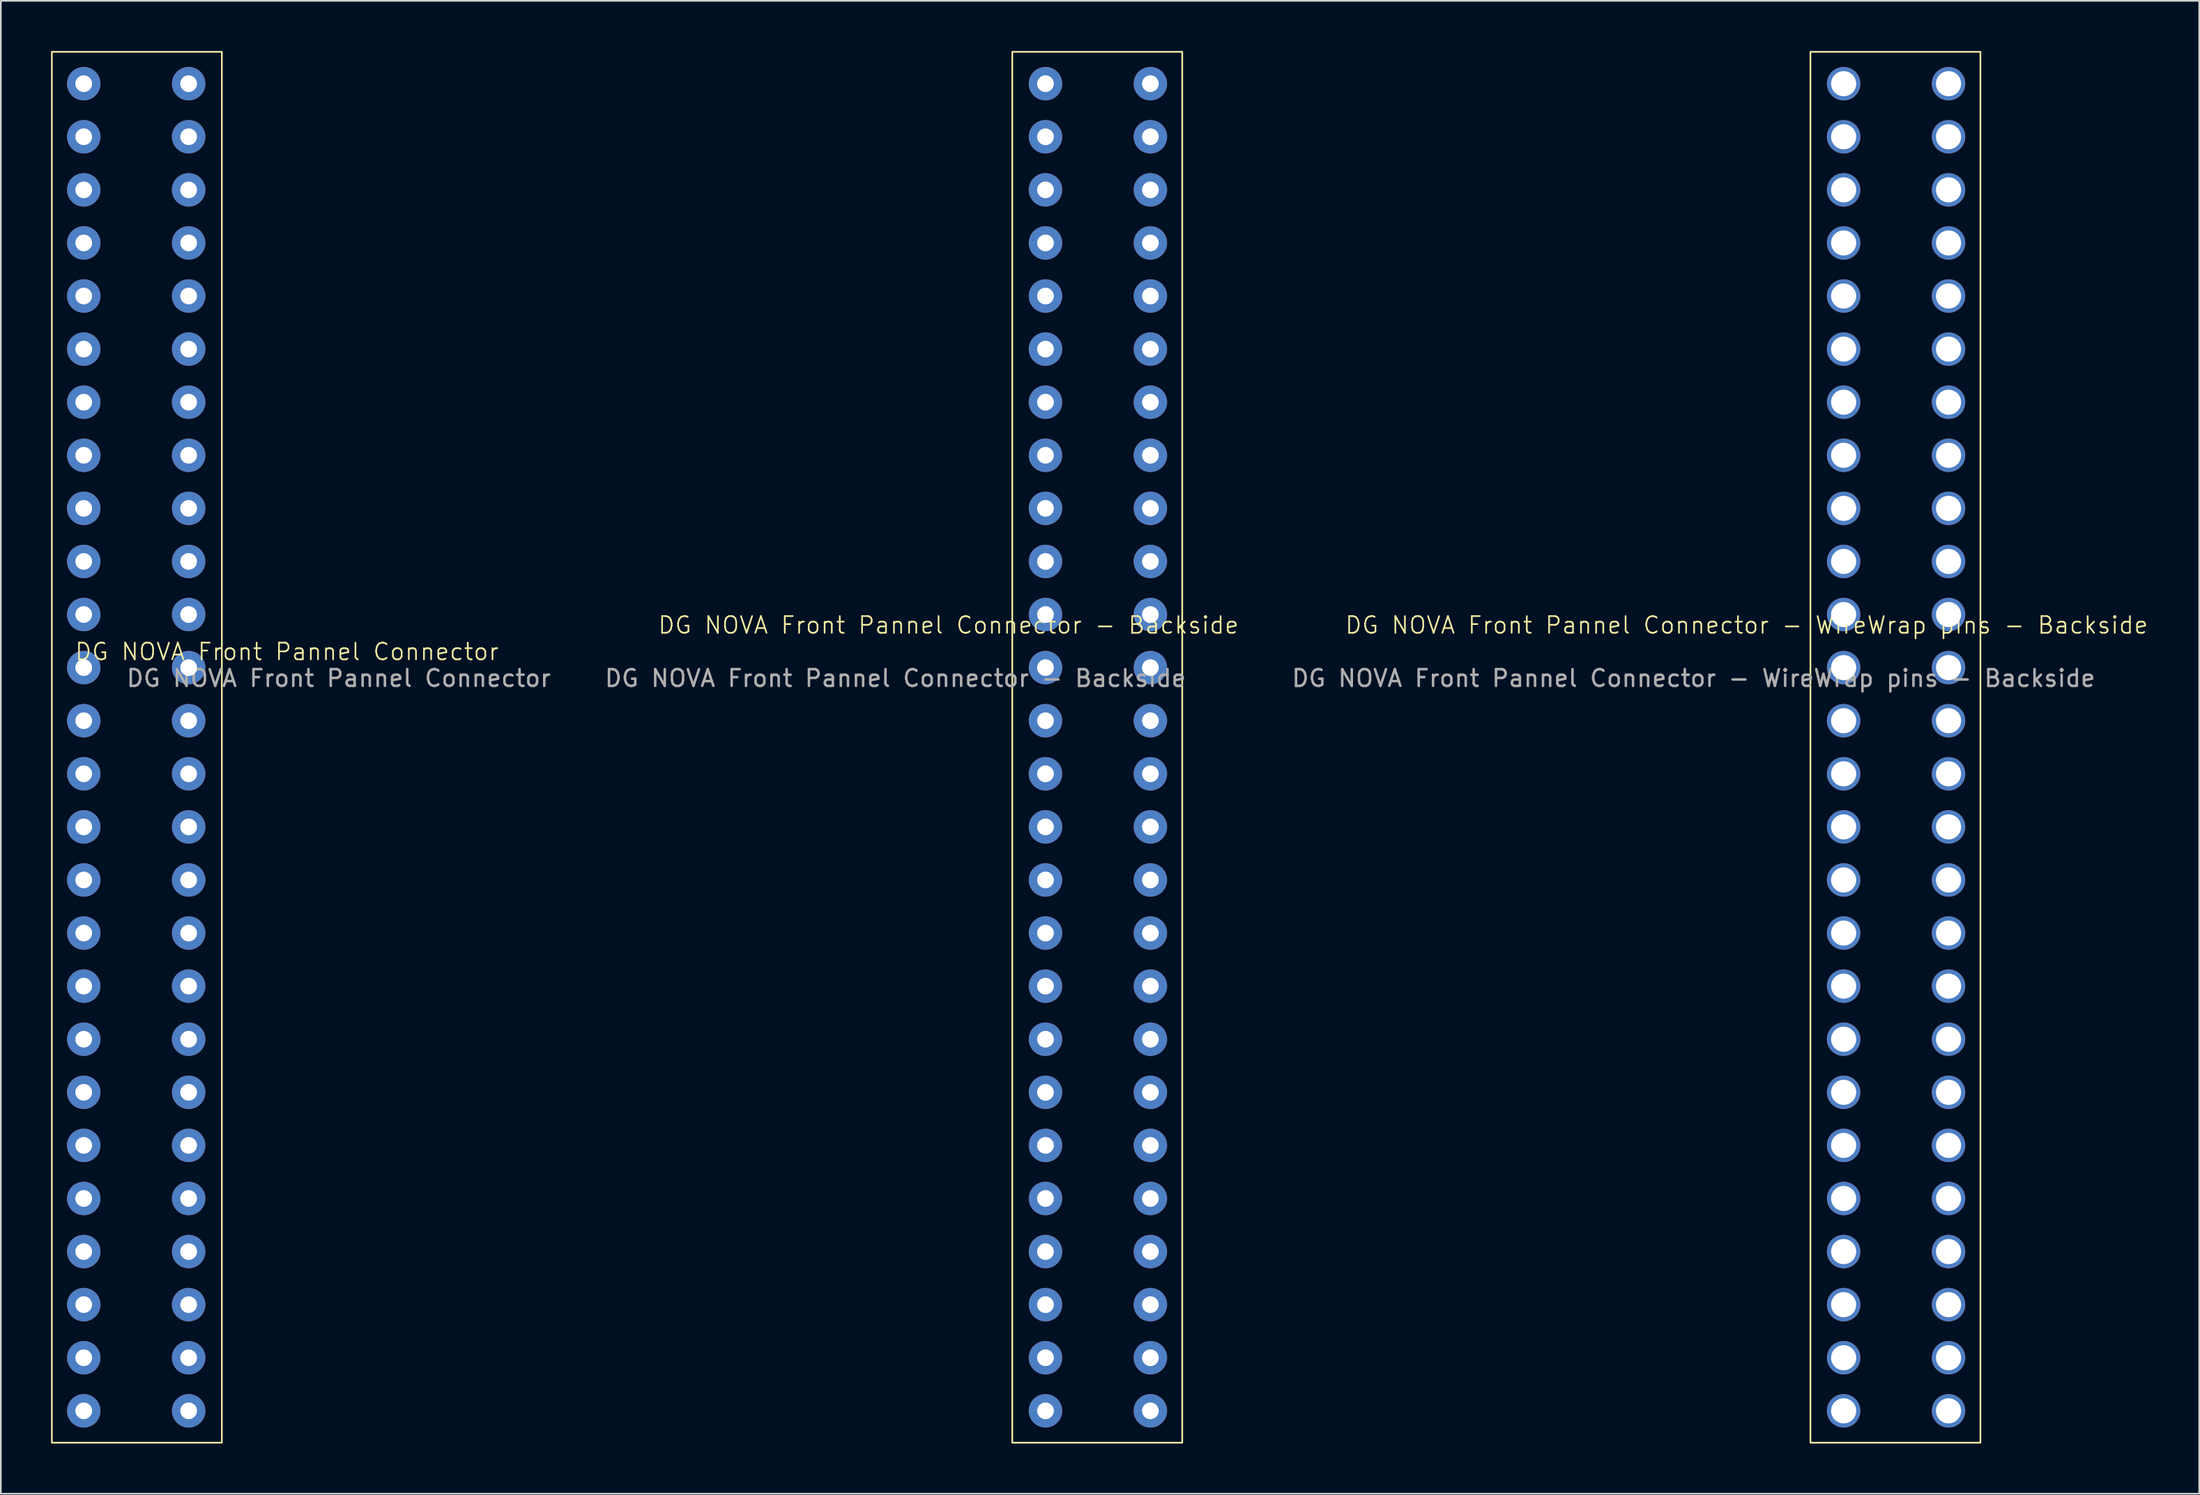
<source format=kicad_pcb>
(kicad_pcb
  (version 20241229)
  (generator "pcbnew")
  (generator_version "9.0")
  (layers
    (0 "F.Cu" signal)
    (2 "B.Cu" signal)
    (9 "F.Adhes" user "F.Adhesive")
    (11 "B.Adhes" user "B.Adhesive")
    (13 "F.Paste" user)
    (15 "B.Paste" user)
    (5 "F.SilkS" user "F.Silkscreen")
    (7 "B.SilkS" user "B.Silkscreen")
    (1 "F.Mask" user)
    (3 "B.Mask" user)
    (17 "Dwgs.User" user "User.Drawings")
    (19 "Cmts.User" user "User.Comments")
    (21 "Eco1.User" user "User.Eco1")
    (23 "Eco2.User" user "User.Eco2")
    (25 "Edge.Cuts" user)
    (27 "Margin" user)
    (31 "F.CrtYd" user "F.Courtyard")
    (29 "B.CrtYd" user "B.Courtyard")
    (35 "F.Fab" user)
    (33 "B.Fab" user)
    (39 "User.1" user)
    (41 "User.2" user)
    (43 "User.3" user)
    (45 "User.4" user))
  (footprint "DG NOVA Front Pannel Connector - WireWrap pins - Backside"
    (layer "F.Cu")
    (at 110.146 40.955)
    (property "Reference" "DG NOVA Front Pannel Connector - WireWrap pins - Backside" (at -8.795 -6.615 0) (unlocked yes) (layer "F.SilkS") (effects (font (size 1 1) (thickness 0.1))))
    (attr through_hole)
    (fp_rect (start 5.175 -40.905) (end -4.985 42.28) (stroke (width 0.1) (type default)) (fill no) (layer "F.SilkS"))
    (fp_text user "${REFERENCE}" (at -11.97 -3.44 0) (unlocked yes) (layer "F.Fab") (effects (font (size 1 1) (thickness 0.15))))
    (pad "1" thru_hole circle (at 3.27 -39) (size 2 2) (drill 1.5) (layers "*.Cu" "*.Mask"))
    (pad "2" thru_hole circle (at 3.27 -35.825) (size 2 2) (drill 1.5) (layers "*.Cu" "*.Mask"))
    (pad "3" thru_hole circle (at 3.27 -32.65) (size 2 2) (drill 1.5) (layers "*.Cu" "*.Mask"))
    (pad "4" thru_hole circle (at 3.27 -29.475) (size 2 2) (drill 1.5) (layers "*.Cu" "*.Mask"))
    (pad "5" thru_hole circle (at 3.27 -26.3) (size 2 2) (drill 1.5) (layers "*.Cu" "*.Mask"))
    (pad "6" thru_hole circle (at 3.27 -23.125) (size 2 2) (drill 1.5) (layers "*.Cu" "*.Mask"))
    (pad "7" thru_hole circle (at 3.27 -19.95) (size 2 2) (drill 1.5) (layers "*.Cu" "*.Mask"))
    (pad "8" thru_hole circle (at 3.27 -16.775) (size 2 2) (drill 1.5) (layers "*.Cu" "*.Mask"))
    (pad "9" thru_hole circle (at 3.27 -13.6) (size 2 2) (drill 1.5) (layers "*.Cu" "*.Mask"))
    (pad "10" thru_hole circle (at 3.27 -10.425) (size 2 2) (drill 1.5) (layers "*.Cu" "*.Mask"))
    (pad "11" thru_hole circle (at 3.27 -7.25) (size 2 2) (drill 1.5) (layers "*.Cu" "*.Mask"))
    (pad "12" thru_hole circle (at 3.27 -4.075) (size 2 2) (drill 1.5) (layers "*.Cu" "*.Mask"))
    (pad "13" thru_hole circle (at 3.27 -0.9) (size 2 2) (drill 1.5) (layers "*.Cu" "*.Mask"))
    (pad "14" thru_hole circle (at 3.27 2.275) (size 2 2) (drill 1.5) (layers "*.Cu" "*.Mask"))
    (pad "15" thru_hole circle (at 3.27 5.45) (size 2 2) (drill 1.5) (layers "*.Cu" "*.Mask"))
    (pad "16" thru_hole circle (at 3.27 8.625) (size 2 2) (drill 1.5) (layers "*.Cu" "*.Mask"))
    (pad "17" thru_hole circle (at 3.27 11.8) (size 2 2) (drill 1.5) (layers "*.Cu" "*.Mask"))
    (pad "18" thru_hole circle (at 3.27 14.975) (size 2 2) (drill 1.5) (layers "*.Cu" "*.Mask"))
    (pad "19" thru_hole circle (at 3.27 18.15) (size 2 2) (drill 1.5) (layers "*.Cu" "*.Mask"))
    (pad "20" thru_hole circle (at 3.27 21.325) (size 2 2) (drill 1.5) (layers "*.Cu" "*.Mask"))
    (pad "21" thru_hole circle (at 3.27 24.5) (size 2 2) (drill 1.5) (layers "*.Cu" "*.Mask"))
    (pad "22" thru_hole circle (at 3.27 27.675) (size 2 2) (drill 1.5) (layers "*.Cu" "*.Mask"))
    (pad "23" thru_hole circle (at 3.27 30.85) (size 2 2) (drill 1.5) (layers "*.Cu" "*.Mask"))
    (pad "24" thru_hole circle (at 3.27 34.025) (size 2 2) (drill 1.5) (layers "*.Cu" "*.Mask"))
    (pad "25" thru_hole circle (at 3.27 37.2) (size 2 2) (drill 1.5) (layers "*.Cu" "*.Mask"))
    (pad "26" thru_hole circle (at 3.27 40.375) (size 2 2) (drill 1.5) (layers "*.Cu" "*.Mask"))
    (pad "27" thru_hole circle (at -3 -39) (size 2 2) (drill 1.5) (layers "*.Cu" "*.Mask"))
    (pad "28" thru_hole circle (at -3 -35.825) (size 2 2) (drill 1.5) (layers "*.Cu" "*.Mask"))
    (pad "29" thru_hole circle (at -3 -32.65) (size 2 2) (drill 1.5) (layers "*.Cu" "*.Mask"))
    (pad "30" thru_hole circle (at -3 -29.475) (size 2 2) (drill 1.5) (layers "*.Cu" "*.Mask"))
    (pad "31" thru_hole circle (at -3 -26.3) (size 2 2) (drill 1.5) (layers "*.Cu" "*.Mask"))
    (pad "32" thru_hole circle (at -3 -23.125) (size 2 2) (drill 1.5) (layers "*.Cu" "*.Mask"))
    (pad "33" thru_hole circle (at -3 -19.95) (size 2 2) (drill 1.5) (layers "*.Cu" "*.Mask"))
    (pad "34" thru_hole circle (at -3 -16.775) (size 2 2) (drill 1.5) (layers "*.Cu" "*.Mask"))
    (pad "35" thru_hole circle (at -3 -13.6) (size 2 2) (drill 1.5) (layers "*.Cu" "*.Mask"))
    (pad "36" thru_hole circle (at -3 -10.425) (size 2 2) (drill 1.5) (layers "*.Cu" "*.Mask"))
    (pad "37" thru_hole circle (at -3 -7.25) (size 2 2) (drill 1.5) (layers "*.Cu" "*.Mask"))
    (pad "38" thru_hole circle (at -3 -4.075) (size 2 2) (drill 1.5) (layers "*.Cu" "*.Mask"))
    (pad "39" thru_hole circle (at -3 -0.9) (size 2 2) (drill 1.5) (layers "*.Cu" "*.Mask"))
    (pad "40" thru_hole circle (at -3 2.275) (size 2 2) (drill 1.5) (layers "*.Cu" "*.Mask"))
    (pad "41" thru_hole circle (at -3 5.45) (size 2 2) (drill 1.5) (layers "*.Cu" "*.Mask"))
    (pad "42" thru_hole circle (at -3 8.625) (size 2 2) (drill 1.5) (layers "*.Cu" "*.Mask"))
    (pad "43" thru_hole circle (at -3 11.8) (size 2 2) (drill 1.5) (layers "*.Cu" "*.Mask"))
    (pad "44" thru_hole circle (at -3 14.975) (size 2 2) (drill 1.5) (layers "*.Cu" "*.Mask"))
    (pad "45" thru_hole circle (at -3 18.15) (size 2 2) (drill 1.5) (layers "*.Cu" "*.Mask"))
    (pad "46" thru_hole circle (at -3 21.325) (size 2 2) (drill 1.5) (layers "*.Cu" "*.Mask"))
    (pad "47" thru_hole circle (at -3 24.5) (size 2 2) (drill 1.5) (layers "*.Cu" "*.Mask"))
    (pad "48" thru_hole circle (at -3 27.675) (size 2 2) (drill 1.5) (layers "*.Cu" "*.Mask"))
    (pad "49" thru_hole circle (at -3 30.85) (size 2 2) (drill 1.5) (layers "*.Cu" "*.Mask"))
    (pad "50" thru_hole circle (at -3 34.025) (size 2 2) (drill 1.5) (layers "*.Cu" "*.Mask"))
    (pad "51" thru_hole circle (at -3 37.2) (size 2 2) (drill 1.5) (layers "*.Cu" "*.Mask"))
    (pad "52" thru_hole circle (at -3 40.375) (size 2 2) (drill 1.5) (layers "*.Cu" "*.Mask")))
  (footprint "DG NOVA Front Pannel Connector - Backside"
    (layer "F.Cu")
    (at 62.439 40.955)
    (property "Reference" "DG NOVA Front Pannel Connector - Backside" (at -8.795 -6.615 0) (unlocked yes) (layer "F.SilkS") (effects (font (size 1 1) (thickness 0.1))))
    (attr through_hole)
    (fp_rect (start 5.175 -40.905) (end -4.985 42.28) (stroke (width 0.1) (type default)) (fill no) (layer "F.SilkS"))
    (fp_text user "${REFERENCE}" (at -11.97 -3.44 0) (unlocked yes) (layer "F.Fab") (effects (font (size 1 1) (thickness 0.15))))
    (pad "1" thru_hole circle (at 3.27 -39) (size 2 2) (drill 1) (layers "*.Cu" "*.Mask"))
    (pad "2" thru_hole circle (at 3.27 -35.825) (size 2 2) (drill 1) (layers "*.Cu" "*.Mask"))
    (pad "3" thru_hole circle (at 3.27 -32.65) (size 2 2) (drill 1) (layers "*.Cu" "*.Mask"))
    (pad "4" thru_hole circle (at 3.27 -29.475) (size 2 2) (drill 1) (layers "*.Cu" "*.Mask"))
    (pad "5" thru_hole circle (at 3.27 -26.3) (size 2 2) (drill 1) (layers "*.Cu" "*.Mask"))
    (pad "6" thru_hole circle (at 3.27 -23.125) (size 2 2) (drill 1) (layers "*.Cu" "*.Mask"))
    (pad "7" thru_hole circle (at 3.27 -19.95) (size 2 2) (drill 1) (layers "*.Cu" "*.Mask"))
    (pad "8" thru_hole circle (at 3.27 -16.775) (size 2 2) (drill 1) (layers "*.Cu" "*.Mask"))
    (pad "9" thru_hole circle (at 3.27 -13.6) (size 2 2) (drill 1) (layers "*.Cu" "*.Mask"))
    (pad "10" thru_hole circle (at 3.27 -10.425) (size 2 2) (drill 1) (layers "*.Cu" "*.Mask"))
    (pad "11" thru_hole circle (at 3.27 -7.25) (size 2 2) (drill 1) (layers "*.Cu" "*.Mask"))
    (pad "12" thru_hole circle (at 3.27 -4.075) (size 2 2) (drill 1) (layers "*.Cu" "*.Mask"))
    (pad "13" thru_hole circle (at 3.27 -0.9) (size 2 2) (drill 1) (layers "*.Cu" "*.Mask"))
    (pad "14" thru_hole circle (at 3.27 2.275) (size 2 2) (drill 1) (layers "*.Cu" "*.Mask"))
    (pad "15" thru_hole circle (at 3.27 5.45) (size 2 2) (drill 1) (layers "*.Cu" "*.Mask"))
    (pad "16" thru_hole circle (at 3.27 8.625) (size 2 2) (drill 1) (layers "*.Cu" "*.Mask"))
    (pad "17" thru_hole circle (at 3.27 11.8) (size 2 2) (drill 1) (layers "*.Cu" "*.Mask"))
    (pad "18" thru_hole circle (at 3.27 14.975) (size 2 2) (drill 1) (layers "*.Cu" "*.Mask"))
    (pad "19" thru_hole circle (at 3.27 18.15) (size 2 2) (drill 1) (layers "*.Cu" "*.Mask"))
    (pad "20" thru_hole circle (at 3.27 21.325) (size 2 2) (drill 1) (layers "*.Cu" "*.Mask"))
    (pad "21" thru_hole circle (at 3.27 24.5) (size 2 2) (drill 1) (layers "*.Cu" "*.Mask"))
    (pad "22" thru_hole circle (at 3.27 27.675) (size 2 2) (drill 1) (layers "*.Cu" "*.Mask"))
    (pad "23" thru_hole circle (at 3.27 30.85) (size 2 2) (drill 1) (layers "*.Cu" "*.Mask"))
    (pad "24" thru_hole circle (at 3.27 34.025) (size 2 2) (drill 1) (layers "*.Cu" "*.Mask"))
    (pad "25" thru_hole circle (at 3.27 37.2) (size 2 2) (drill 1) (layers "*.Cu" "*.Mask"))
    (pad "26" thru_hole circle (at 3.27 40.375) (size 2 2) (drill 1) (layers "*.Cu" "*.Mask"))
    (pad "27" thru_hole circle (at -3 -39) (size 2 2) (drill 1) (layers "*.Cu" "*.Mask"))
    (pad "28" thru_hole circle (at -3 -35.825) (size 2 2) (drill 1) (layers "*.Cu" "*.Mask"))
    (pad "29" thru_hole circle (at -3 -32.65) (size 2 2) (drill 1) (layers "*.Cu" "*.Mask"))
    (pad "30" thru_hole circle (at -3 -29.475) (size 2 2) (drill 1) (layers "*.Cu" "*.Mask"))
    (pad "31" thru_hole circle (at -3 -26.3) (size 2 2) (drill 1) (layers "*.Cu" "*.Mask"))
    (pad "32" thru_hole circle (at -3 -23.125) (size 2 2) (drill 1) (layers "*.Cu" "*.Mask"))
    (pad "33" thru_hole circle (at -3 -19.95) (size 2 2) (drill 1) (layers "*.Cu" "*.Mask"))
    (pad "34" thru_hole circle (at -3 -16.775) (size 2 2) (drill 1) (layers "*.Cu" "*.Mask"))
    (pad "35" thru_hole circle (at -3 -13.6) (size 2 2) (drill 1) (layers "*.Cu" "*.Mask"))
    (pad "36" thru_hole circle (at -3 -10.425) (size 2 2) (drill 1) (layers "*.Cu" "*.Mask"))
    (pad "37" thru_hole circle (at -3 -7.25) (size 2 2) (drill 1) (layers "*.Cu" "*.Mask"))
    (pad "38" thru_hole circle (at -3 -4.075) (size 2 2) (drill 1) (layers "*.Cu" "*.Mask"))
    (pad "39" thru_hole circle (at -3 -0.9) (size 2 2) (drill 1) (layers "*.Cu" "*.Mask"))
    (pad "40" thru_hole circle (at -3 2.275) (size 2 2) (drill 1) (layers "*.Cu" "*.Mask"))
    (pad "41" thru_hole circle (at -3 5.45) (size 2 2) (drill 1) (layers "*.Cu" "*.Mask"))
    (pad "42" thru_hole circle (at -3 8.625) (size 2 2) (drill 1) (layers "*.Cu" "*.Mask"))
    (pad "43" thru_hole circle (at -3 11.8) (size 2 2) (drill 1) (layers "*.Cu" "*.Mask"))
    (pad "44" thru_hole circle (at -3 14.975) (size 2 2) (drill 1) (layers "*.Cu" "*.Mask"))
    (pad "45" thru_hole circle (at -3 18.15) (size 2 2) (drill 1) (layers "*.Cu" "*.Mask"))
    (pad "46" thru_hole circle (at -3 21.325) (size 2 2) (drill 1) (layers "*.Cu" "*.Mask"))
    (pad "47" thru_hole circle (at -3 24.5) (size 2 2) (drill 1) (layers "*.Cu" "*.Mask"))
    (pad "48" thru_hole circle (at -3 27.675) (size 2 2) (drill 1) (layers "*.Cu" "*.Mask"))
    (pad "49" thru_hole circle (at -3 30.85) (size 2 2) (drill 1) (layers "*.Cu" "*.Mask"))
    (pad "50" thru_hole circle (at -3 34.025) (size 2 2) (drill 1) (layers "*.Cu" "*.Mask"))
    (pad "51" thru_hole circle (at -3 37.2) (size 2 2) (drill 1) (layers "*.Cu" "*.Mask"))
    (pad "52" thru_hole circle (at -3 40.375) (size 2 2) (drill 1) (layers "*.Cu" "*.Mask")))
  (footprint "DG NOVA Front Pannel Connector"
    (layer "F.Cu")
    (at 5.21 41.642)
    (property "Reference" "DG NOVA Front Pannel Connector" (at 8.89 -5.715 0) (unlocked yes) (layer "F.SilkS") (effects (font (size 1 1) (thickness 0.1))))
    (attr through_hole)
    (fp_rect (start -5.16 -41.593) (end 5 41.593) (stroke (width 0.1) (type default)) (fill no) (layer "F.SilkS"))
    (fp_text user "${REFERENCE}" (at 11.985 -4.128 0) (unlocked yes) (layer "F.Fab") (effects (font (size 1 1) (thickness 0.15))))
    (pad "1" thru_hole circle (at -3.255 -39.688) (size 2 2) (drill 1) (layers "*.Cu" "*.Mask"))
    (pad "2" thru_hole circle (at -3.255 -36.513) (size 2 2) (drill 1) (layers "*.Cu" "*.Mask"))
    (pad "3" thru_hole circle (at -3.255 -33.337) (size 2 2) (drill 1) (layers "*.Cu" "*.Mask"))
    (pad "4" thru_hole circle (at -3.255 -30.163) (size 2 2) (drill 1) (layers "*.Cu" "*.Mask"))
    (pad "5" thru_hole circle (at -3.255 -26.988) (size 2 2) (drill 1) (layers "*.Cu" "*.Mask"))
    (pad "6" thru_hole circle (at -3.255 -23.812) (size 2 2) (drill 1) (layers "*.Cu" "*.Mask"))
    (pad "7" thru_hole circle (at -3.255 -20.637) (size 2 2) (drill 1) (layers "*.Cu" "*.Mask"))
    (pad "8" thru_hole circle (at -3.255 -17.462) (size 2 2) (drill 1) (layers "*.Cu" "*.Mask"))
    (pad "9" thru_hole circle (at -3.255 -14.287) (size 2 2) (drill 1) (layers "*.Cu" "*.Mask"))
    (pad "10" thru_hole circle (at -3.255 -11.113) (size 2 2) (drill 1) (layers "*.Cu" "*.Mask"))
    (pad "11" thru_hole circle (at -3.255 -7.938) (size 2 2) (drill 1) (layers "*.Cu" "*.Mask"))
    (pad "12" thru_hole circle (at -3.255 -4.763) (size 2 2) (drill 1) (layers "*.Cu" "*.Mask"))
    (pad "13" thru_hole circle (at -3.255 -1.587) (size 2 2) (drill 1) (layers "*.Cu" "*.Mask"))
    (pad "14" thru_hole circle (at -3.255 1.587) (size 2 2) (drill 1) (layers "*.Cu" "*.Mask"))
    (pad "15" thru_hole circle (at -3.255 4.763) (size 2 2) (drill 1) (layers "*.Cu" "*.Mask"))
    (pad "16" thru_hole circle (at -3.255 7.938) (size 2 2) (drill 1) (layers "*.Cu" "*.Mask"))
    (pad "17" thru_hole circle (at -3.255 11.113) (size 2 2) (drill 1) (layers "*.Cu" "*.Mask"))
    (pad "18" thru_hole circle (at -3.255 14.287) (size 2 2) (drill 1) (layers "*.Cu" "*.Mask"))
    (pad "19" thru_hole circle (at -3.255 17.462) (size 2 2) (drill 1) (layers "*.Cu" "*.Mask"))
    (pad "20" thru_hole circle (at -3.255 20.637) (size 2 2) (drill 1) (layers "*.Cu" "*.Mask"))
    (pad "21" thru_hole circle (at -3.255 23.812) (size 2 2) (drill 1) (layers "*.Cu" "*.Mask"))
    (pad "22" thru_hole circle (at -3.255 26.988) (size 2 2) (drill 1) (layers "*.Cu" "*.Mask"))
    (pad "23" thru_hole circle (at -3.255 30.163) (size 2 2) (drill 1) (layers "*.Cu" "*.Mask"))
    (pad "24" thru_hole circle (at -3.255 33.337) (size 2 2) (drill 1) (layers "*.Cu" "*.Mask"))
    (pad "25" thru_hole circle (at -3.255 36.513) (size 2 2) (drill 1) (layers "*.Cu" "*.Mask"))
    (pad "26" thru_hole circle (at -3.255 39.688) (size 2 2) (drill 1) (layers "*.Cu" "*.Mask"))
    (pad "27" thru_hole circle (at 3.015 -39.688) (size 2 2) (drill 1) (layers "*.Cu" "*.Mask"))
    (pad "28" thru_hole circle (at 3.015 -36.513) (size 2 2) (drill 1) (layers "*.Cu" "*.Mask"))
    (pad "29" thru_hole circle (at 3.015 -33.337) (size 2 2) (drill 1) (layers "*.Cu" "*.Mask"))
    (pad "30" thru_hole circle (at 3.015 -30.163) (size 2 2) (drill 1) (layers "*.Cu" "*.Mask"))
    (pad "31" thru_hole circle (at 3.015 -26.988) (size 2 2) (drill 1) (layers "*.Cu" "*.Mask"))
    (pad "32" thru_hole circle (at 3.015 -23.812) (size 2 2) (drill 1) (layers "*.Cu" "*.Mask"))
    (pad "33" thru_hole circle (at 3.015 -20.637) (size 2 2) (drill 1) (layers "*.Cu" "*.Mask"))
    (pad "34" thru_hole circle (at 3.015 -17.462) (size 2 2) (drill 1) (layers "*.Cu" "*.Mask"))
    (pad "35" thru_hole circle (at 3.015 -14.287) (size 2 2) (drill 1) (layers "*.Cu" "*.Mask"))
    (pad "36" thru_hole circle (at 3.015 -11.113) (size 2 2) (drill 1) (layers "*.Cu" "*.Mask"))
    (pad "37" thru_hole circle (at 3.015 -7.938) (size 2 2) (drill 1) (layers "*.Cu" "*.Mask"))
    (pad "38" thru_hole circle (at 3.015 -4.763) (size 2 2) (drill 1) (layers "*.Cu" "*.Mask"))
    (pad "39" thru_hole circle (at 3.015 -1.587) (size 2 2) (drill 1) (layers "*.Cu" "*.Mask"))
    (pad "40" thru_hole circle (at 3.015 1.587) (size 2 2) (drill 1) (layers "*.Cu" "*.Mask"))
    (pad "41" thru_hole circle (at 3.015 4.763) (size 2 2) (drill 1) (layers "*.Cu" "*.Mask"))
    (pad "42" thru_hole circle (at 3.015 7.938) (size 2 2) (drill 1) (layers "*.Cu" "*.Mask"))
    (pad "43" thru_hole circle (at 3.015 11.113) (size 2 2) (drill 1) (layers "*.Cu" "*.Mask"))
    (pad "44" thru_hole circle (at 3.015 14.287) (size 2 2) (drill 1) (layers "*.Cu" "*.Mask"))
    (pad "45" thru_hole circle (at 3.015 17.462) (size 2 2) (drill 1) (layers "*.Cu" "*.Mask"))
    (pad "46" thru_hole circle (at 3.015 20.637) (size 2 2) (drill 1) (layers "*.Cu" "*.Mask"))
    (pad "47" thru_hole circle (at 3.015 23.812) (size 2 2) (drill 1) (layers "*.Cu" "*.Mask"))
    (pad "48" thru_hole circle (at 3.015 26.988) (size 2 2) (drill 1) (layers "*.Cu" "*.Mask"))
    (pad "49" thru_hole circle (at 3.015 30.163) (size 2 2) (drill 1) (layers "*.Cu" "*.Mask"))
    (pad "50" thru_hole circle (at 3.015 33.337) (size 2 2) (drill 1) (layers "*.Cu" "*.Mask"))
    (pad "51" thru_hole circle (at 3.015 36.513) (size 2 2) (drill 1) (layers "*.Cu" "*.Mask"))
    (pad "52" thru_hole circle (at 3.015 39.688) (size 2 2) (drill 1) (layers "*.Cu" "*.Mask")))
  (gr_rect
    (start -3 -3)
    (end 128.401 86.285)
    (stroke (width 0.1) (type default))
    (fill no)
    (layer "Edge.Cuts")))
</source>
